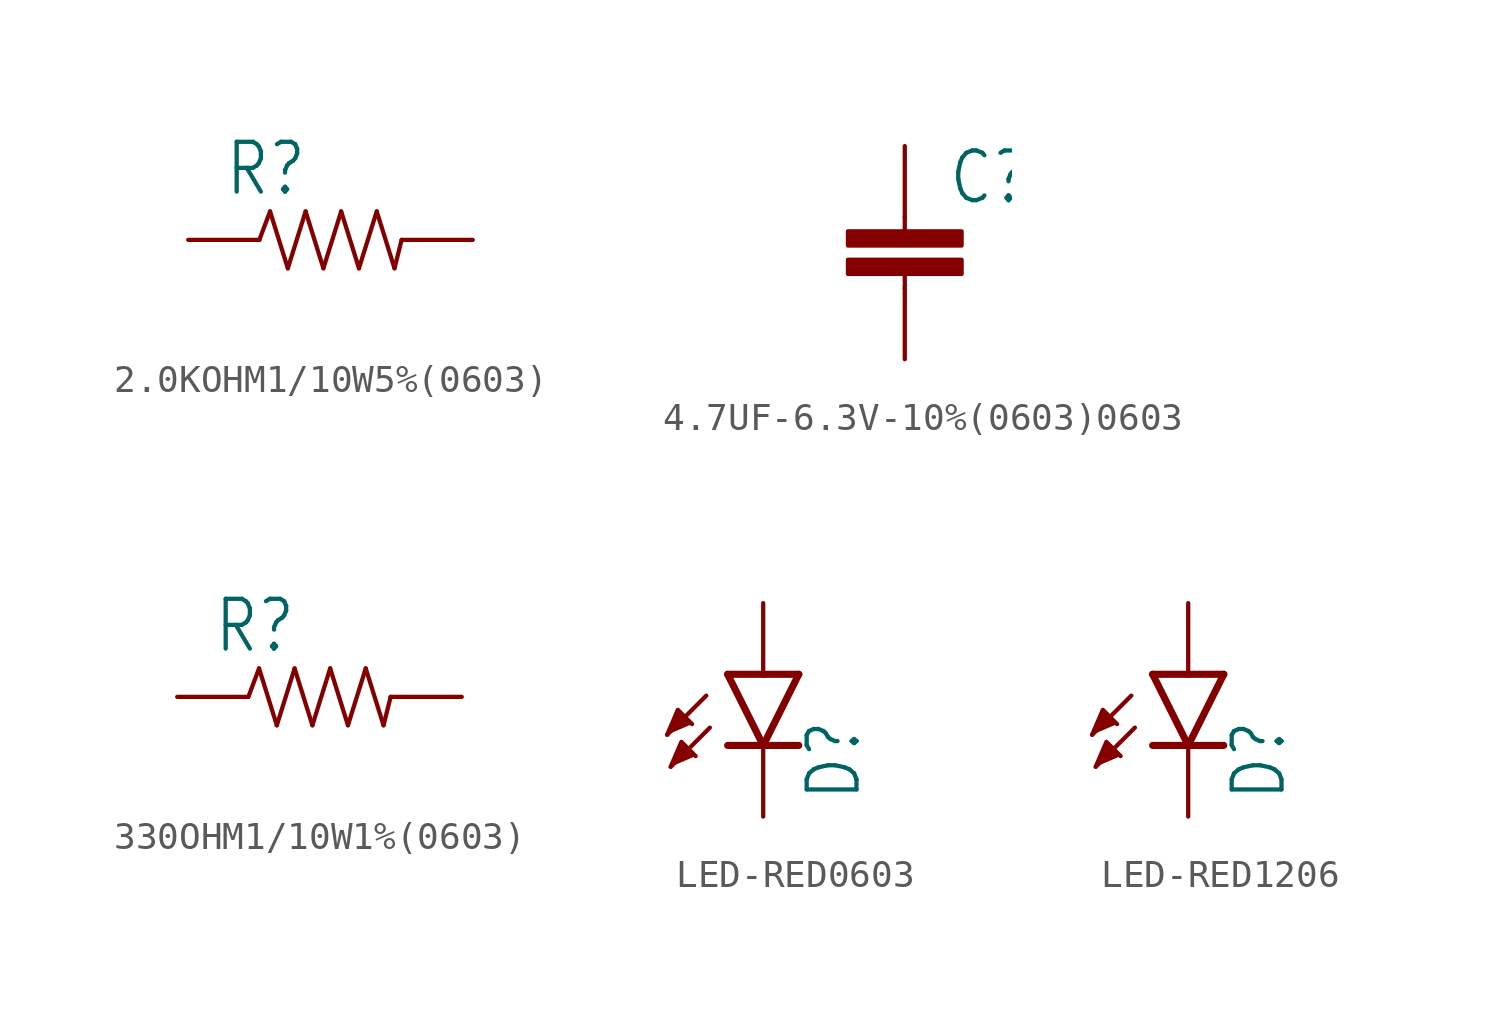
<source format=kicad_sym>
(kicad_symbol_lib
  (version 20220914)
  (generator kicad_symbol_editor)
  (symbol "2.0KOHM1/10W5%(0603)"
    (property "Reference" "R"
      (at -3.81 1.499 0)
      (effects (font (size 1.778 1.511)) (justify left bottom)))
    (property "Value" ""
      (at -3.81 -3.302 0)
      (effects (font (size 1.778 1.511)) (justify left bottom)))
    (property "ki_locked" ""
      (at 0 0 0)
      (effects (font (size 1.27 1.27))))
    (symbol "2.0KOHM1/10W5%(0603)_1_0"
      (polyline (pts (xy -2.54 0) (xy -2.159 1.016)) (stroke (width 0.152) (type solid)) (fill (type none)))
      (polyline (pts (xy -2.159 1.016) (xy -1.524 -1.016)) (stroke (width 0.152) (type solid)) (fill (type none)))
      (polyline (pts (xy -1.524 -1.016) (xy -0.889 1.016)) (stroke (width 0.152) (type solid)) (fill (type none)))
      (polyline (pts (xy -0.889 1.016) (xy -0.254 -1.016)) (stroke (width 0.152) (type solid)) (fill (type none)))
      (polyline (pts (xy -0.254 -1.016) (xy 0.381 1.016)) (stroke (width 0.152) (type solid)) (fill (type none)))
      (polyline (pts (xy 0.381 1.016) (xy 1.016 -1.016)) (stroke (width 0.152) (type solid)) (fill (type none)))
      (polyline (pts (xy 1.016 -1.016) (xy 1.651 1.016)) (stroke (width 0.152) (type solid)) (fill (type none)))
      (polyline (pts (xy 1.651 1.016) (xy 2.286 -1.016)) (stroke (width 0.152) (type solid)) (fill (type none)))
      (polyline (pts (xy 2.286 -1.016) (xy 2.54 0)) (stroke (width 0.152) (type solid)) (fill (type none)))
      (pin passive line (at -5.08 0 0) (length 2.54) (name "1" (effects (font (size 0 0)))) (number "1" (effects (font (size 0 0)))))
      (pin passive line (at 5.08 0 180) (length 2.54) (name "2" (effects (font (size 0 0)))) (number "2" (effects (font (size 0 0)))))))
  (symbol "4.7UF-6.3V-10%(0603)0603"
    (property "Reference" "C"
      (at 1.524 2.921 0)
      (effects (font (size 1.778 1.511)) (justify left bottom)))
    (property "Value" ""
      (at 1.524 -2.159 0)
      (effects (font (size 1.778 1.511)) (justify left bottom)))
    (property "ki_locked" ""
      (at 0 0 0)
      (effects (font (size 1.27 1.27))))
    (symbol "4.7UF-6.3V-10%(0603)0603_1_0"
      (rectangle (start -2.032 0.508) (end 2.032 1.016) (stroke (width 0) (type default)) (fill (type outline)))
      (rectangle (start -2.032 1.524) (end 2.032 2.032) (stroke (width 0) (type default)) (fill (type outline)))
      (polyline (pts (xy 0 0) (xy 0 0.508)) (stroke (width 0.152) (type solid)) (fill (type none)))
      (polyline (pts (xy 0 2.54) (xy 0 2.032)) (stroke (width 0.152) (type solid)) (fill (type none)))
      (pin passive line (at 0 5.08 270) (length 2.54) (name "1" (effects (font (size 0 0)))) (number "1" (effects (font (size 0 0)))))
      (pin passive line (at 0 -2.54 90) (length 2.54) (name "2" (effects (font (size 0 0)))) (number "2" (effects (font (size 0 0)))))))
  (symbol "330OHM1/10W1%(0603)"
    (property "Reference" "R"
      (at -3.81 1.499 0)
      (effects (font (size 1.778 1.511)) (justify left bottom)))
    (property "Value" ""
      (at -3.81 -3.302 0)
      (effects (font (size 1.778 1.511)) (justify left bottom)))
    (property "ki_locked" ""
      (at 0 0 0)
      (effects (font (size 1.27 1.27))))
    (symbol "330OHM1/10W1%(0603)_1_0"
      (polyline (pts (xy -2.54 0) (xy -2.159 1.016)) (stroke (width 0.152) (type solid)) (fill (type none)))
      (polyline (pts (xy -2.159 1.016) (xy -1.524 -1.016)) (stroke (width 0.152) (type solid)) (fill (type none)))
      (polyline (pts (xy -1.524 -1.016) (xy -0.889 1.016)) (stroke (width 0.152) (type solid)) (fill (type none)))
      (polyline (pts (xy -0.889 1.016) (xy -0.254 -1.016)) (stroke (width 0.152) (type solid)) (fill (type none)))
      (polyline (pts (xy -0.254 -1.016) (xy 0.381 1.016)) (stroke (width 0.152) (type solid)) (fill (type none)))
      (polyline (pts (xy 0.381 1.016) (xy 1.016 -1.016)) (stroke (width 0.152) (type solid)) (fill (type none)))
      (polyline (pts (xy 1.016 -1.016) (xy 1.651 1.016)) (stroke (width 0.152) (type solid)) (fill (type none)))
      (polyline (pts (xy 1.651 1.016) (xy 2.286 -1.016)) (stroke (width 0.152) (type solid)) (fill (type none)))
      (polyline (pts (xy 2.286 -1.016) (xy 2.54 0)) (stroke (width 0.152) (type solid)) (fill (type none)))
      (pin passive line (at -5.08 0 0) (length 2.54) (name "1" (effects (font (size 0 0)))) (number "1" (effects (font (size 0 0)))))
      (pin passive line (at 5.08 0 180) (length 2.54) (name "2" (effects (font (size 0 0)))) (number "2" (effects (font (size 0 0)))))))
  (symbol "LED-RED0603"
    (property "Reference" "D"
      (at 3.556 -4.572 90)
      (effects (font (size 1.778 1.511)) (justify left bottom)))
    (property "Value" ""
      (at 5.715 -4.572 90)
      (effects (font (size 1.778 1.511)) (justify left bottom)))
    (property "ki_locked" ""
      (at 0 0 0)
      (effects (font (size 1.27 1.27))))
    (symbol "LED-RED0603_1_0"
      (polyline (pts (xy -2.032 -0.762) (xy -3.429 -2.159)) (stroke (width 0.152) (type solid)) (fill (type none)))
      (polyline (pts (xy -1.905 -1.905) (xy -3.302 -3.302)) (stroke (width 0.152) (type solid)) (fill (type none)))
      (polyline (pts (xy 0 -2.54) (xy -1.27 -2.54)) (stroke (width 0.254) (type solid)) (fill (type none)))
      (polyline (pts (xy 0 -2.54) (xy -1.27 0)) (stroke (width 0.254) (type solid)) (fill (type none)))
      (polyline (pts (xy 0 0) (xy -1.27 0)) (stroke (width 0.254) (type solid)) (fill (type none)))
      (polyline (pts (xy 1.27 -2.54) (xy 0 -2.54)) (stroke (width 0.254) (type solid)) (fill (type none)))
      (polyline (pts (xy 1.27 0) (xy 0 -2.54)) (stroke (width 0.254) (type solid)) (fill (type none)))
      (polyline (pts (xy 1.27 0) (xy 0 0)) (stroke (width 0.254) (type solid)) (fill (type none)))
      (polyline (pts (xy -3.429 -2.159) (xy -3.048 -1.27) (xy -2.54 -1.778)) (stroke (width 0.152) (type solid)) (fill (type outline)))
      (polyline (pts (xy -3.302 -3.302) (xy -2.921 -2.413) (xy -2.413 -2.921)) (stroke (width 0.152) (type solid)) (fill (type outline)))
      (pin passive line (at 0 2.54 270) (length 2.54) (name "A" (effects (font (size 0 0)))) (number "A" (effects (font (size 0 0)))))
      (pin passive line (at 0 -5.08 90) (length 2.54) (name "C" (effects (font (size 0 0)))) (number "C" (effects (font (size 0 0)))))))
  (symbol "LED-RED1206"
    (property "Reference" "D"
      (at 3.556 -4.572 90)
      (effects (font (size 1.778 1.511)) (justify left bottom)))
    (property "Value" ""
      (at 5.715 -4.572 90)
      (effects (font (size 1.778 1.511)) (justify left bottom)))
    (property "ki_locked" ""
      (at 0 0 0)
      (effects (font (size 1.27 1.27))))
    (symbol "LED-RED1206_1_0"
      (polyline (pts (xy -2.032 -0.762) (xy -3.429 -2.159)) (stroke (width 0.152) (type solid)) (fill (type none)))
      (polyline (pts (xy -1.905 -1.905) (xy -3.302 -3.302)) (stroke (width 0.152) (type solid)) (fill (type none)))
      (polyline (pts (xy 0 -2.54) (xy -1.27 -2.54)) (stroke (width 0.254) (type solid)) (fill (type none)))
      (polyline (pts (xy 0 -2.54) (xy -1.27 0)) (stroke (width 0.254) (type solid)) (fill (type none)))
      (polyline (pts (xy 0 0) (xy -1.27 0)) (stroke (width 0.254) (type solid)) (fill (type none)))
      (polyline (pts (xy 1.27 -2.54) (xy 0 -2.54)) (stroke (width 0.254) (type solid)) (fill (type none)))
      (polyline (pts (xy 1.27 0) (xy 0 -2.54)) (stroke (width 0.254) (type solid)) (fill (type none)))
      (polyline (pts (xy 1.27 0) (xy 0 0)) (stroke (width 0.254) (type solid)) (fill (type none)))
      (polyline (pts (xy -3.429 -2.159) (xy -3.048 -1.27) (xy -2.54 -1.778)) (stroke (width 0.152) (type solid)) (fill (type outline)))
      (polyline (pts (xy -3.302 -3.302) (xy -2.921 -2.413) (xy -2.413 -2.921)) (stroke (width 0.152) (type solid)) (fill (type outline)))
      (pin passive line (at 0 2.54 270) (length 2.54) (name "A" (effects (font (size 0 0)))) (number "A" (effects (font (size 0 0)))))
      (pin passive line (at 0 -5.08 90) (length 2.54) (name "C" (effects (font (size 0 0)))) (number "C" (effects (font (size 0 0))))))))
</source>
